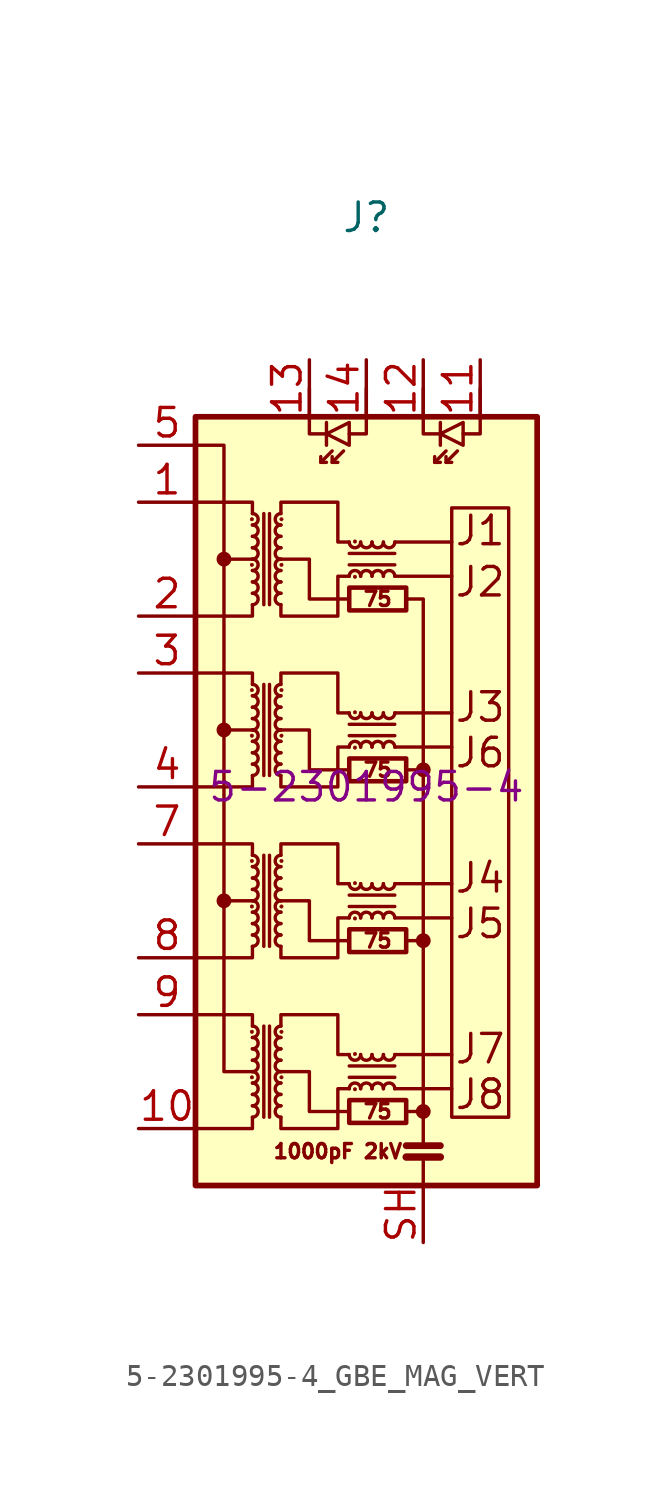
<source format=kicad_sym>
(kicad_symbol_lib
  (version 20211014)
  (generator kicad_symbol_editor)
  (symbol "5-2301995-4_GBE_MAG_VERT"
    (pin_names
      (offset 0.025) hide)
    (property "Reference" "J"
      (at 0 25.4 0)
      (effects (font (size 1.27 1.27))))
    (property "Manufacturer Part Number" "5-2301995-4"
      (at 0 0 0)
      (effects (font (size 1.27 1.27))))
    (symbol "5-2301995-4_GBE_MAG_VERT_0_0"
      (polyline (pts (xy -6.35 -5.08) (xy -5.08 -5.08)) (stroke (width 0) (type default) (color 0 0 0 0)) (fill (type none)))
      (polyline (pts (xy -6.35 10.16) (xy -5.08 10.16)) (stroke (width 0) (type default) (color 0 0 0 0)) (fill (type none)))
      (polyline (pts (xy -5.08 2.54) (xy -6.35 2.54)) (stroke (width 0) (type default) (color 0 0 0 0)) (fill (type none)))
      (polyline (pts (xy 1.27 -13.462) (xy 3.81 -13.462)) (stroke (width 0) (type default) (color 0 0 0 0)) (fill (type none)))
      (polyline (pts (xy 1.27 -11.938) (xy 3.81 -11.938)) (stroke (width 0) (type default) (color 0 0 0 0)) (fill (type none)))
      (polyline (pts (xy 1.27 -5.842) (xy 3.81 -5.842)) (stroke (width 0) (type default) (color 0 0 0 0)) (fill (type none)))
      (polyline (pts (xy 1.27 -4.318) (xy 3.81 -4.318)) (stroke (width 0) (type default) (color 0 0 0 0)) (fill (type none)))
      (polyline (pts (xy 1.27 1.778) (xy 3.81 1.778)) (stroke (width 0) (type default) (color 0 0 0 0)) (fill (type none)))
      (polyline (pts (xy 1.27 3.302) (xy 3.81 3.302)) (stroke (width 0) (type default) (color 0 0 0 0)) (fill (type none)))
      (polyline (pts (xy 1.27 9.398) (xy 3.81 9.398)) (stroke (width 0) (type default) (color 0 0 0 0)) (fill (type none)))
      (polyline (pts (xy 1.27 10.922) (xy 3.81 10.922)) (stroke (width 0) (type default) (color 0 0 0 0)) (fill (type none)))
      (polyline (pts (xy 1.778 -14.478) (xy 2.54 -14.478)) (stroke (width 0) (type default) (color 0 0 0 0)) (fill (type none)))
      (polyline (pts (xy -0.762 -14.478) (xy -2.54 -14.478) (xy -2.54 -12.7) (xy -3.81 -12.7)) (stroke (width 0) (type default) (color 0 0 0 0)) (fill (type none)))
      (polyline (pts (xy -0.762 -6.858) (xy -2.54 -6.858) (xy -2.54 -5.08) (xy -3.81 -5.08)) (stroke (width 0) (type default) (color 0 0 0 0)) (fill (type none)))
      (polyline (pts (xy -0.762 0.762) (xy -2.54 0.762) (xy -2.54 2.54) (xy -3.81 2.54)) (stroke (width 0) (type default) (color 0 0 0 0)) (fill (type none)))
      (polyline (pts (xy -0.762 8.382) (xy -2.54 8.382) (xy -2.54 10.16) (xy -3.81 10.16)) (stroke (width 0) (type default) (color 0 0 0 0)) (fill (type none)))
      (text "1000pF 2kV" (at -1.27 -16.256 0) (effects (font (size 0.635 0.635))))
      (text "75" (at 0.508 -14.478 0) (effects (font (size 0.635 0.635))))
      (text "75" (at 0.508 -6.858 0) (effects (font (size 0.635 0.635))))
      (text "75" (at 0.508 0.762 0) (effects (font (size 0.635 0.635))))
      (text "75" (at 0.508 8.382 0) (effects (font (size 0.635 0.635))))
      (text "J1" (at 5.08 11.43 0) (effects (font (size 1.27 1.27))))
      (text "J2" (at 5.08 9.144 0) (effects (font (size 1.27 1.27))))
      (text "J3" (at 5.08 3.556 0) (effects (font (size 1.27 1.27))))
      (text "J4" (at 5.08 -4.064 0) (effects (font (size 1.27 1.27))))
      (text "J5" (at 5.08 -6.096 0) (effects (font (size 1.27 1.27))))
      (text "J6" (at 5.08 1.524 0) (effects (font (size 1.27 1.27))))
      (text "J7" (at 5.08 -11.684 0) (effects (font (size 1.27 1.27))))
      (text "J8" (at 5.08 -13.716 0) (effects (font (size 1.27 1.27)))))
    (symbol "5-2301995-4_GBE_MAG_VERT_0_1"
      (rectangle (start -7.62 16.51) (end 7.62 -17.78) (stroke (width 0.254) (type default) (color 0 0 0 0)) (fill (type background)))
      (circle (center -6.35 -5.08) (radius 0.254) (stroke (width 0) (type default) (color 0 0 0 0)) (fill (type outline)))
      (circle (center -6.35 2.54) (radius 0.254) (stroke (width 0) (type default) (color 0 0 0 0)) (fill (type outline)))
      (circle (center -6.35 10.16) (radius 0.254) (stroke (width 0) (type default) (color 0 0 0 0)) (fill (type outline)))
      (circle (center -5.105 -12.954) (radius 0.076) (stroke (width 0.025) (type default) (color 0 0 0 0)) (fill (type outline)))
      (circle (center -5.105 -10.922) (radius 0.076) (stroke (width 0.025) (type default) (color 0 0 0 0)) (fill (type outline)))
      (circle (center -5.105 -5.334) (radius 0.076) (stroke (width 0.025) (type default) (color 0 0 0 0)) (fill (type outline)))
      (circle (center -5.105 -3.302) (radius 0.076) (stroke (width 0.025) (type default) (color 0 0 0 0)) (fill (type outline)))
      (circle (center -5.105 2.286) (radius 0.076) (stroke (width 0.025) (type default) (color 0 0 0 0)) (fill (type outline)))
      (circle (center -5.105 4.318) (radius 0.076) (stroke (width 0.025) (type default) (color 0 0 0 0)) (fill (type outline)))
      (circle (center -5.105 9.906) (radius 0.076) (stroke (width 0.025) (type default) (color 0 0 0 0)) (fill (type outline)))
      (circle (center -5.105 11.938) (radius 0.076) (stroke (width 0.025) (type default) (color 0 0 0 0)) (fill (type outline)))
      (arc (start -5.08 -14.732) (mid -4.826 -14.478) (end -5.08 -14.224) (stroke (width 0) (type default) (color 0 0 0 0)) (fill (type none)))
      (arc (start -5.08 -14.224) (mid -4.826 -13.97) (end -5.08 -13.716) (stroke (width 0) (type default) (color 0 0 0 0)) (fill (type none)))
      (arc (start -5.08 -13.716) (mid -4.826 -13.462) (end -5.08 -13.208) (stroke (width 0) (type default) (color 0 0 0 0)) (fill (type none)))
      (arc (start -5.08 -13.208) (mid -4.826 -12.954) (end -5.08 -12.7) (stroke (width 0) (type default) (color 0 0 0 0)) (fill (type none)))
      (arc (start -5.08 -12.7) (mid -4.826 -12.446) (end -5.08 -12.192) (stroke (width 0) (type default) (color 0 0 0 0)) (fill (type none)))
      (arc (start -5.08 -12.192) (mid -4.826 -11.938) (end -5.08 -11.684) (stroke (width 0) (type default) (color 0 0 0 0)) (fill (type none)))
      (arc (start -5.08 -11.684) (mid -4.826 -11.43) (end -5.08 -11.176) (stroke (width 0) (type default) (color 0 0 0 0)) (fill (type none)))
      (arc (start -5.08 -11.176) (mid -4.826 -10.922) (end -5.08 -10.668) (stroke (width 0) (type default) (color 0 0 0 0)) (fill (type none)))
      (arc (start -5.08 -7.112) (mid -4.826 -6.858) (end -5.08 -6.604) (stroke (width 0) (type default) (color 0 0 0 0)) (fill (type none)))
      (arc (start -5.08 -6.604) (mid -4.826 -6.35) (end -5.08 -6.096) (stroke (width 0) (type default) (color 0 0 0 0)) (fill (type none)))
      (arc (start -5.08 -6.096) (mid -4.826 -5.842) (end -5.08 -5.588) (stroke (width 0) (type default) (color 0 0 0 0)) (fill (type none)))
      (arc (start -5.08 -5.588) (mid -4.826 -5.334) (end -5.08 -5.08) (stroke (width 0) (type default) (color 0 0 0 0)) (fill (type none)))
      (arc (start -5.08 -5.08) (mid -4.826 -4.826) (end -5.08 -4.572) (stroke (width 0) (type default) (color 0 0 0 0)) (fill (type none)))
      (arc (start -5.08 -4.572) (mid -4.826 -4.318) (end -5.08 -4.064) (stroke (width 0) (type default) (color 0 0 0 0)) (fill (type none)))
      (arc (start -5.08 -4.064) (mid -4.826 -3.81) (end -5.08 -3.556) (stroke (width 0) (type default) (color 0 0 0 0)) (fill (type none)))
      (arc (start -5.08 -3.556) (mid -4.826 -3.302) (end -5.08 -3.048) (stroke (width 0) (type default) (color 0 0 0 0)) (fill (type none)))
      (arc (start -5.08 0.508) (mid -4.826 0.762) (end -5.08 1.016) (stroke (width 0) (type default) (color 0 0 0 0)) (fill (type none)))
      (arc (start -5.08 1.016) (mid -4.826 1.27) (end -5.08 1.524) (stroke (width 0) (type default) (color 0 0 0 0)) (fill (type none)))
      (arc (start -5.08 1.524) (mid -4.826 1.778) (end -5.08 2.032) (stroke (width 0) (type default) (color 0 0 0 0)) (fill (type none)))
      (arc (start -5.08 2.032) (mid -4.826 2.286) (end -5.08 2.54) (stroke (width 0) (type default) (color 0 0 0 0)) (fill (type none)))
      (arc (start -5.08 2.54) (mid -4.826 2.794) (end -5.08 3.048) (stroke (width 0) (type default) (color 0 0 0 0)) (fill (type none)))
      (arc (start -5.08 3.048) (mid -4.826 3.302) (end -5.08 3.556) (stroke (width 0) (type default) (color 0 0 0 0)) (fill (type none)))
      (arc (start -5.08 3.556) (mid -4.826 3.81) (end -5.08 4.064) (stroke (width 0) (type default) (color 0 0 0 0)) (fill (type none)))
      (arc (start -5.08 4.064) (mid -4.826 4.318) (end -5.08 4.572) (stroke (width 0) (type default) (color 0 0 0 0)) (fill (type none)))
      (arc (start -5.08 8.128) (mid -4.826 8.382) (end -5.08 8.636) (stroke (width 0) (type default) (color 0 0 0 0)) (fill (type none)))
      (arc (start -5.08 8.636) (mid -4.826 8.89) (end -5.08 9.144) (stroke (width 0) (type default) (color 0 0 0 0)) (fill (type none)))
      (arc (start -5.08 9.144) (mid -4.826 9.398) (end -5.08 9.652) (stroke (width 0) (type default) (color 0 0 0 0)) (fill (type none)))
      (arc (start -5.08 9.652) (mid -4.826 9.906) (end -5.08 10.16) (stroke (width 0) (type default) (color 0 0 0 0)) (fill (type none)))
      (arc (start -5.08 10.16) (mid -4.826 10.414) (end -5.08 10.668) (stroke (width 0) (type default) (color 0 0 0 0)) (fill (type none)))
      (arc (start -5.08 10.668) (mid -4.826 10.922) (end -5.08 11.176) (stroke (width 0) (type default) (color 0 0 0 0)) (fill (type none)))
      (arc (start -5.08 11.176) (mid -4.826 11.43) (end -5.08 11.684) (stroke (width 0) (type default) (color 0 0 0 0)) (fill (type none)))
      (arc (start -5.08 11.684) (mid -4.826 11.938) (end -5.08 12.192) (stroke (width 0) (type default) (color 0 0 0 0)) (fill (type none)))
      (arc (start -3.81 -14.224) (mid -4.064 -14.478) (end -3.81 -14.732) (stroke (width 0) (type default) (color 0 0 0 0)) (fill (type none)))
      (arc (start -3.81 -13.716) (mid -4.064 -13.97) (end -3.81 -14.224) (stroke (width 0) (type default) (color 0 0 0 0)) (fill (type none)))
      (arc (start -3.81 -13.208) (mid -4.064 -13.462) (end -3.81 -13.716) (stroke (width 0) (type default) (color 0 0 0 0)) (fill (type none)))
      (arc (start -3.81 -12.7) (mid -4.064 -12.954) (end -3.81 -13.208) (stroke (width 0) (type default) (color 0 0 0 0)) (fill (type none)))
      (arc (start -3.81 -12.192) (mid -4.064 -12.446) (end -3.81 -12.7) (stroke (width 0) (type default) (color 0 0 0 0)) (fill (type none)))
      (arc (start -3.81 -11.684) (mid -4.064 -11.938) (end -3.81 -12.192) (stroke (width 0) (type default) (color 0 0 0 0)) (fill (type none)))
      (arc (start -3.81 -11.176) (mid -4.064 -11.43) (end -3.81 -11.684) (stroke (width 0) (type default) (color 0 0 0 0)) (fill (type none)))
      (arc (start -3.81 -10.668) (mid -4.064 -10.922) (end -3.81 -11.176) (stroke (width 0) (type default) (color 0 0 0 0)) (fill (type none)))
      (arc (start -3.81 -6.604) (mid -4.064 -6.858) (end -3.81 -7.112) (stroke (width 0) (type default) (color 0 0 0 0)) (fill (type none)))
      (arc (start -3.81 -6.096) (mid -4.064 -6.35) (end -3.81 -6.604) (stroke (width 0) (type default) (color 0 0 0 0)) (fill (type none)))
      (arc (start -3.81 -5.588) (mid -4.064 -5.842) (end -3.81 -6.096) (stroke (width 0) (type default) (color 0 0 0 0)) (fill (type none)))
      (arc (start -3.81 -5.08) (mid -4.064 -5.334) (end -3.81 -5.588) (stroke (width 0) (type default) (color 0 0 0 0)) (fill (type none)))
      (arc (start -3.81 -4.572) (mid -4.064 -4.826) (end -3.81 -5.08) (stroke (width 0) (type default) (color 0 0 0 0)) (fill (type none)))
      (arc (start -3.81 -4.064) (mid -4.064 -4.318) (end -3.81 -4.572) (stroke (width 0) (type default) (color 0 0 0 0)) (fill (type none)))
      (arc (start -3.81 -3.556) (mid -4.064 -3.81) (end -3.81 -4.064) (stroke (width 0) (type default) (color 0 0 0 0)) (fill (type none)))
      (arc (start -3.81 -3.048) (mid -4.064 -3.302) (end -3.81 -3.556) (stroke (width 0) (type default) (color 0 0 0 0)) (fill (type none)))
      (arc (start -3.81 1.016) (mid -4.064 0.762) (end -3.81 0.508) (stroke (width 0) (type default) (color 0 0 0 0)) (fill (type none)))
      (arc (start -3.81 1.524) (mid -4.064 1.27) (end -3.81 1.016) (stroke (width 0) (type default) (color 0 0 0 0)) (fill (type none)))
      (arc (start -3.81 2.032) (mid -4.064 1.778) (end -3.81 1.524) (stroke (width 0) (type default) (color 0 0 0 0)) (fill (type none)))
      (arc (start -3.81 2.54) (mid -4.064 2.286) (end -3.81 2.032) (stroke (width 0) (type default) (color 0 0 0 0)) (fill (type none)))
      (arc (start -3.81 3.048) (mid -4.064 2.794) (end -3.81 2.54) (stroke (width 0) (type default) (color 0 0 0 0)) (fill (type none)))
      (arc (start -3.81 3.556) (mid -4.064 3.302) (end -3.81 3.048) (stroke (width 0) (type default) (color 0 0 0 0)) (fill (type none)))
      (arc (start -3.81 4.064) (mid -4.064 3.81) (end -3.81 3.556) (stroke (width 0) (type default) (color 0 0 0 0)) (fill (type none)))
      (arc (start -3.81 4.572) (mid -4.064 4.318) (end -3.81 4.064) (stroke (width 0) (type default) (color 0 0 0 0)) (fill (type none)))
      (arc (start -3.81 8.636) (mid -4.064 8.382) (end -3.81 8.128) (stroke (width 0) (type default) (color 0 0 0 0)) (fill (type none)))
      (arc (start -3.81 9.144) (mid -4.064 8.89) (end -3.81 8.636) (stroke (width 0) (type default) (color 0 0 0 0)) (fill (type none)))
      (arc (start -3.81 9.652) (mid -4.064 9.398) (end -3.81 9.144) (stroke (width 0) (type default) (color 0 0 0 0)) (fill (type none)))
      (arc (start -3.81 10.16) (mid -4.064 9.906) (end -3.81 9.652) (stroke (width 0) (type default) (color 0 0 0 0)) (fill (type none)))
      (arc (start -3.81 10.668) (mid -4.064 10.414) (end -3.81 10.16) (stroke (width 0) (type default) (color 0 0 0 0)) (fill (type none)))
      (arc (start -3.81 11.176) (mid -4.064 10.922) (end -3.81 10.668) (stroke (width 0) (type default) (color 0 0 0 0)) (fill (type none)))
      (arc (start -3.81 11.684) (mid -4.064 11.43) (end -3.81 11.176) (stroke (width 0) (type default) (color 0 0 0 0)) (fill (type none)))
      (arc (start -3.81 12.192) (mid -4.064 11.938) (end -3.81 11.684) (stroke (width 0) (type default) (color 0 0 0 0)) (fill (type none)))
      (circle (center -3.785 -12.954) (radius 0.076) (stroke (width 0.025) (type default) (color 0 0 0 0)) (fill (type outline)))
      (circle (center -3.785 -10.922) (radius 0.076) (stroke (width 0.025) (type default) (color 0 0 0 0)) (fill (type outline)))
      (circle (center -3.785 -5.334) (radius 0.076) (stroke (width 0.025) (type default) (color 0 0 0 0)) (fill (type outline)))
      (circle (center -3.785 -3.302) (radius 0.076) (stroke (width 0.025) (type default) (color 0 0 0 0)) (fill (type outline)))
      (circle (center -3.785 2.286) (radius 0.076) (stroke (width 0.025) (type default) (color 0 0 0 0)) (fill (type outline)))
      (circle (center -3.785 4.318) (radius 0.076) (stroke (width 0.025) (type default) (color 0 0 0 0)) (fill (type outline)))
      (circle (center -3.785 9.906) (radius 0.076) (stroke (width 0.025) (type default) (color 0 0 0 0)) (fill (type outline)))
      (circle (center -3.785 11.938) (radius 0.076) (stroke (width 0.025) (type default) (color 0 0 0 0)) (fill (type outline)))
      (arc (start -0.762 -11.938) (mid -0.508 -12.192) (end -0.254 -11.938) (stroke (width 0) (type default) (color 0 0 0 0)) (fill (type none)))
      (arc (start -0.762 -4.318) (mid -0.508 -4.572) (end -0.254 -4.318) (stroke (width 0) (type default) (color 0 0 0 0)) (fill (type none)))
      (arc (start -0.762 3.302) (mid -0.508 3.048) (end -0.254 3.302) (stroke (width 0) (type default) (color 0 0 0 0)) (fill (type none)))
      (arc (start -0.762 10.922) (mid -0.508 10.668) (end -0.254 10.922) (stroke (width 0) (type default) (color 0 0 0 0)) (fill (type none)))
      (circle (center -0.508 -13.487) (radius 0.076) (stroke (width 0.025) (type default) (color 0 0 0 0)) (fill (type outline)))
      (circle (center -0.508 -11.913) (radius 0.076) (stroke (width 0.025) (type default) (color 0 0 0 0)) (fill (type outline)))
      (circle (center -0.508 -5.867) (radius 0.076) (stroke (width 0.025) (type default) (color 0 0 0 0)) (fill (type outline)))
      (circle (center -0.508 -4.293) (radius 0.076) (stroke (width 0.025) (type default) (color 0 0 0 0)) (fill (type outline)))
      (circle (center -0.508 1.753) (radius 0.076) (stroke (width 0.025) (type default) (color 0 0 0 0)) (fill (type outline)))
      (circle (center -0.508 3.327) (radius 0.076) (stroke (width 0.025) (type default) (color 0 0 0 0)) (fill (type outline)))
      (circle (center -0.508 9.373) (radius 0.076) (stroke (width 0.025) (type default) (color 0 0 0 0)) (fill (type outline)))
      (circle (center -0.508 10.947) (radius 0.076) (stroke (width 0.025) (type default) (color 0 0 0 0)) (fill (type outline)))
      (arc (start -0.254 -13.462) (mid -0.508 -13.208) (end -0.762 -13.462) (stroke (width 0) (type default) (color 0 0 0 0)) (fill (type none)))
      (arc (start -0.254 -11.938) (mid 0 -12.192) (end 0.254 -11.938) (stroke (width 0) (type default) (color 0 0 0 0)) (fill (type none)))
      (arc (start -0.254 -5.842) (mid -0.508 -5.588) (end -0.762 -5.842) (stroke (width 0) (type default) (color 0 0 0 0)) (fill (type none)))
      (arc (start -0.254 -4.318) (mid 0 -4.572) (end 0.254 -4.318) (stroke (width 0) (type default) (color 0 0 0 0)) (fill (type none)))
      (arc (start -0.254 1.778) (mid -0.508 2.032) (end -0.762 1.778) (stroke (width 0) (type default) (color 0 0 0 0)) (fill (type none)))
      (arc (start -0.254 3.302) (mid 0 3.048) (end 0.254 3.302) (stroke (width 0) (type default) (color 0 0 0 0)) (fill (type none)))
      (arc (start -0.254 9.398) (mid -0.508 9.652) (end -0.762 9.398) (stroke (width 0) (type default) (color 0 0 0 0)) (fill (type none)))
      (arc (start -0.254 10.922) (mid 0 10.668) (end 0.254 10.922) (stroke (width 0) (type default) (color 0 0 0 0)) (fill (type none)))
      (polyline (pts (xy -4.572 -14.732) (xy -4.572 -10.668)) (stroke (width 0) (type default) (color 0 0 0 0)) (fill (type none)))
      (polyline (pts (xy -4.572 -7.112) (xy -4.572 -3.048)) (stroke (width 0) (type default) (color 0 0 0 0)) (fill (type none)))
      (polyline (pts (xy -4.572 0.508) (xy -4.572 4.572)) (stroke (width 0) (type default) (color 0 0 0 0)) (fill (type none)))
      (polyline (pts (xy -4.572 8.128) (xy -4.572 12.192)) (stroke (width 0) (type default) (color 0 0 0 0)) (fill (type none)))
      (polyline (pts (xy -4.318 -10.668) (xy -4.318 -14.732)) (stroke (width 0) (type default) (color 0 0 0 0)) (fill (type none)))
      (polyline (pts (xy -4.318 -3.048) (xy -4.318 -7.112)) (stroke (width 0) (type default) (color 0 0 0 0)) (fill (type none)))
      (polyline (pts (xy -4.318 4.572) (xy -4.318 0.508)) (stroke (width 0) (type default) (color 0 0 0 0)) (fill (type none)))
      (polyline (pts (xy -4.318 12.192) (xy -4.318 8.128)) (stroke (width 0) (type default) (color 0 0 0 0)) (fill (type none)))
      (polyline (pts (xy -2.032 14.478) (xy -1.524 14.986)) (stroke (width 0) (type default) (color 0 0 0 0)) (fill (type none)))
      (polyline (pts (xy -1.778 16.256) (xy -1.778 15.24)) (stroke (width 0) (type default) (color 0 0 0 0)) (fill (type none)))
      (polyline (pts (xy -1.524 14.478) (xy -1.016 14.986)) (stroke (width 0) (type default) (color 0 0 0 0)) (fill (type none)))
      (polyline (pts (xy -0.762 -12.446) (xy 1.27 -12.446)) (stroke (width 0) (type default) (color 0 0 0 0)) (fill (type none)))
      (polyline (pts (xy -0.762 -4.826) (xy 1.27 -4.826)) (stroke (width 0) (type default) (color 0 0 0 0)) (fill (type none)))
      (polyline (pts (xy -0.762 2.794) (xy 1.27 2.794)) (stroke (width 0) (type default) (color 0 0 0 0)) (fill (type none)))
      (polyline (pts (xy -0.762 10.414) (xy 1.27 10.414)) (stroke (width 0) (type default) (color 0 0 0 0)) (fill (type none)))
      (polyline (pts (xy 1.27 -12.954) (xy -0.762 -12.954)) (stroke (width 0) (type default) (color 0 0 0 0)) (fill (type none)))
      (polyline (pts (xy 1.27 -5.334) (xy -0.762 -5.334)) (stroke (width 0) (type default) (color 0 0 0 0)) (fill (type none)))
      (polyline (pts (xy 1.27 2.286) (xy -0.762 2.286)) (stroke (width 0) (type default) (color 0 0 0 0)) (fill (type none)))
      (polyline (pts (xy 1.27 9.906) (xy -0.762 9.906)) (stroke (width 0) (type default) (color 0 0 0 0)) (fill (type none)))
      (polyline (pts (xy 1.778 -6.858) (xy 2.54 -6.858)) (stroke (width 0) (type default) (color 0 0 0 0)) (fill (type none)))
      (polyline (pts (xy 2.54 -17.78) (xy 2.54 -16.51)) (stroke (width 0) (type default) (color 0 0 0 0)) (fill (type none)))
      (polyline (pts (xy 2.54 0.762) (xy 1.778 0.762)) (stroke (width 0) (type default) (color 0 0 0 0)) (fill (type none)))
      (polyline (pts (xy 3.048 14.478) (xy 3.556 14.986)) (stroke (width 0) (type default) (color 0 0 0 0)) (fill (type none)))
      (polyline (pts (xy 3.302 -16.51) (xy 1.778 -16.51)) (stroke (width 0.33) (type default) (color 0 0 0 0)) (fill (type none)))
      (polyline (pts (xy 3.302 -16.002) (xy 1.778 -16.002)) (stroke (width 0.305) (type default) (color 0 0 0 0)) (fill (type none)))
      (polyline (pts (xy 3.302 16.256) (xy 3.302 15.24)) (stroke (width 0) (type default) (color 0 0 0 0)) (fill (type none)))
      (polyline (pts (xy 3.556 14.478) (xy 4.064 14.986)) (stroke (width 0) (type default) (color 0 0 0 0)) (fill (type none)))
      (polyline (pts (xy -5.08 -14.732) (xy -5.08 -15.24) (xy -7.62 -15.24)) (stroke (width 0) (type default) (color 0 0 0 0)) (fill (type none)))
      (polyline (pts (xy -5.08 -10.668) (xy -5.08 -10.16) (xy -7.62 -10.16)) (stroke (width 0) (type default) (color 0 0 0 0)) (fill (type none)))
      (polyline (pts (xy -5.08 -7.112) (xy -5.08 -7.62) (xy -7.62 -7.62)) (stroke (width 0) (type default) (color 0 0 0 0)) (fill (type none)))
      (polyline (pts (xy -5.08 -3.048) (xy -5.08 -2.54) (xy -7.62 -2.54)) (stroke (width 0) (type default) (color 0 0 0 0)) (fill (type none)))
      (polyline (pts (xy -5.08 0.508) (xy -5.08 0) (xy -7.62 0)) (stroke (width 0) (type default) (color 0 0 0 0)) (fill (type none)))
      (polyline (pts (xy -5.08 4.572) (xy -5.08 5.08) (xy -7.62 5.08)) (stroke (width 0) (type default) (color 0 0 0 0)) (fill (type none)))
      (polyline (pts (xy -5.08 8.128) (xy -5.08 7.62) (xy -7.62 7.62)) (stroke (width 0) (type default) (color 0 0 0 0)) (fill (type none)))
      (polyline (pts (xy -5.08 12.192) (xy -5.08 12.7) (xy -7.62 12.7)) (stroke (width 0) (type default) (color 0 0 0 0)) (fill (type none)))
      (polyline (pts (xy -2.032 14.732) (xy -2.032 14.478) (xy -1.778 14.478)) (stroke (width 0) (type default) (color 0 0 0 0)) (fill (type none)))
      (polyline (pts (xy -1.524 14.732) (xy -1.524 14.478) (xy -1.27 14.478)) (stroke (width 0) (type default) (color 0 0 0 0)) (fill (type none)))
      (polyline (pts (xy 2.54 -16.002) (xy 2.54 8.382) (xy 1.778 8.382)) (stroke (width 0) (type default) (color 0 0 0 0)) (fill (type none)))
      (polyline (pts (xy 3.048 14.732) (xy 3.048 14.478) (xy 3.302 14.478)) (stroke (width 0) (type default) (color 0 0 0 0)) (fill (type none)))
      (polyline (pts (xy 3.556 14.732) (xy 3.556 14.478) (xy 3.81 14.478)) (stroke (width 0) (type default) (color 0 0 0 0)) (fill (type none)))
      (polyline (pts (xy -7.62 15.24) (xy -6.35 15.24) (xy -6.35 -12.7) (xy -5.08 -12.7)) (stroke (width 0) (type default) (color 0 0 0 0)) (fill (type none)))
      (polyline (pts (xy -2.54 17.78) (xy -2.54 16.51) (xy -2.54 15.748) (xy -1.778 15.748)) (stroke (width 0) (type default) (color 0 0 0 0)) (fill (type none)))
      (polyline (pts (xy -1.778 15.748) (xy -0.762 16.256) (xy -0.762 15.24) (xy -1.778 15.748)) (stroke (width 0) (type default) (color 0 0 0 0)) (fill (type none)))
      (polyline (pts (xy 0 17.78) (xy 0 16.51) (xy 0 15.748) (xy -0.762 15.748)) (stroke (width 0) (type default) (color 0 0 0 0)) (fill (type none)))
      (polyline (pts (xy 2.54 17.78) (xy 2.54 16.51) (xy 2.54 15.748) (xy 3.302 15.748)) (stroke (width 0) (type default) (color 0 0 0 0)) (fill (type none)))
      (polyline (pts (xy 3.302 15.748) (xy 4.318 16.256) (xy 4.318 15.24) (xy 3.302 15.748)) (stroke (width 0) (type default) (color 0 0 0 0)) (fill (type none)))
      (polyline (pts (xy 5.08 17.78) (xy 5.08 16.51) (xy 5.08 15.748) (xy 4.318 15.748)) (stroke (width 0) (type default) (color 0 0 0 0)) (fill (type none)))
      (polyline (pts (xy -3.81 -14.732) (xy -3.81 -15.24) (xy -1.27 -15.24) (xy -1.27 -13.462) (xy -0.762 -13.462)) (stroke (width 0) (type default) (color 0 0 0 0)) (fill (type none)))
      (polyline (pts (xy -3.81 -7.112) (xy -3.81 -7.62) (xy -1.27 -7.62) (xy -1.27 -5.842) (xy -0.762 -5.842)) (stroke (width 0) (type default) (color 0 0 0 0)) (fill (type none)))
      (polyline (pts (xy -3.81 0.508) (xy -3.81 0) (xy -1.27 0) (xy -1.27 1.778) (xy -0.762 1.778)) (stroke (width 0) (type default) (color 0 0 0 0)) (fill (type none)))
      (polyline (pts (xy -3.81 8.128) (xy -3.81 7.62) (xy -1.27 7.62) (xy -1.27 9.398) (xy -0.762 9.398)) (stroke (width 0) (type default) (color 0 0 0 0)) (fill (type none)))
      (polyline (pts (xy -0.762 -11.938) (xy -1.27 -11.938) (xy -1.27 -10.16) (xy -3.81 -10.16) (xy -3.81 -10.668)) (stroke (width 0) (type default) (color 0 0 0 0)) (fill (type none)))
      (polyline (pts (xy -0.762 -4.318) (xy -1.27 -4.318) (xy -1.27 -2.54) (xy -3.81 -2.54) (xy -3.81 -3.048)) (stroke (width 0) (type default) (color 0 0 0 0)) (fill (type none)))
      (polyline (pts (xy -0.762 3.302) (xy -1.27 3.302) (xy -1.27 5.08) (xy -3.81 5.08) (xy -3.81 4.572)) (stroke (width 0) (type default) (color 0 0 0 0)) (fill (type none)))
      (polyline (pts (xy -0.762 10.922) (xy -1.27 10.922) (xy -1.27 12.7) (xy -3.81 12.7) (xy -3.81 12.192)) (stroke (width 0) (type default) (color 0 0 0 0)) (fill (type none)))
      (arc (start 0.254 -13.462) (mid 0 -13.208) (end -0.254 -13.462) (stroke (width 0) (type default) (color 0 0 0 0)) (fill (type none)))
      (arc (start 0.254 -11.938) (mid 0.508 -12.192) (end 0.762 -11.938) (stroke (width 0) (type default) (color 0 0 0 0)) (fill (type none)))
      (arc (start 0.254 -5.842) (mid 0 -5.588) (end -0.254 -5.842) (stroke (width 0) (type default) (color 0 0 0 0)) (fill (type none)))
      (arc (start 0.254 -4.318) (mid 0.508 -4.572) (end 0.762 -4.318) (stroke (width 0) (type default) (color 0 0 0 0)) (fill (type none)))
      (arc (start 0.254 1.778) (mid 0 2.032) (end -0.254 1.778) (stroke (width 0) (type default) (color 0 0 0 0)) (fill (type none)))
      (arc (start 0.254 3.302) (mid 0.508 3.048) (end 0.762 3.302) (stroke (width 0) (type default) (color 0 0 0 0)) (fill (type none)))
      (arc (start 0.254 9.398) (mid 0 9.652) (end -0.254 9.398) (stroke (width 0) (type default) (color 0 0 0 0)) (fill (type none)))
      (arc (start 0.254 10.922) (mid 0.508 10.668) (end 0.762 10.922) (stroke (width 0) (type default) (color 0 0 0 0)) (fill (type none)))
      (arc (start 0.762 -13.462) (mid 0.508 -13.208) (end 0.254 -13.462) (stroke (width 0) (type default) (color 0 0 0 0)) (fill (type none)))
      (arc (start 0.762 -11.938) (mid 1.016 -12.192) (end 1.27 -11.938) (stroke (width 0) (type default) (color 0 0 0 0)) (fill (type none)))
      (arc (start 0.762 -5.842) (mid 0.508 -5.588) (end 0.254 -5.842) (stroke (width 0) (type default) (color 0 0 0 0)) (fill (type none)))
      (arc (start 0.762 -4.318) (mid 1.016 -4.572) (end 1.27 -4.318) (stroke (width 0) (type default) (color 0 0 0 0)) (fill (type none)))
      (arc (start 0.762 1.778) (mid 0.508 2.032) (end 0.254 1.778) (stroke (width 0) (type default) (color 0 0 0 0)) (fill (type none)))
      (arc (start 0.762 3.302) (mid 1.016 3.048) (end 1.27 3.302) (stroke (width 0) (type default) (color 0 0 0 0)) (fill (type none)))
      (arc (start 0.762 9.398) (mid 0.508 9.652) (end 0.254 9.398) (stroke (width 0) (type default) (color 0 0 0 0)) (fill (type none)))
      (arc (start 0.762 10.922) (mid 1.016 10.668) (end 1.27 10.922) (stroke (width 0) (type default) (color 0 0 0 0)) (fill (type none)))
      (arc (start 1.27 -13.462) (mid 1.016 -13.208) (end 0.762 -13.462) (stroke (width 0) (type default) (color 0 0 0 0)) (fill (type none)))
      (arc (start 1.27 -5.842) (mid 1.016 -5.588) (end 0.762 -5.842) (stroke (width 0) (type default) (color 0 0 0 0)) (fill (type none)))
      (arc (start 1.27 1.778) (mid 1.016 2.032) (end 0.762 1.778) (stroke (width 0) (type default) (color 0 0 0 0)) (fill (type none)))
      (arc (start 1.27 9.398) (mid 1.016 9.652) (end 0.762 9.398) (stroke (width 0) (type default) (color 0 0 0 0)) (fill (type none)))
      (rectangle (start 1.778 -14.986) (end -0.762 -13.97) (stroke (width 0.203) (type default) (color 0 0 0 0)) (fill (type none)))
      (rectangle (start 1.778 -7.366) (end -0.762 -6.35) (stroke (width 0.203) (type default) (color 0 0 0 0)) (fill (type none)))
      (rectangle (start 1.778 0.254) (end -0.762 1.27) (stroke (width 0.203) (type default) (color 0 0 0 0)) (fill (type none)))
      (rectangle (start 1.778 7.874) (end -0.762 8.89) (stroke (width 0.203) (type default) (color 0 0 0 0)) (fill (type none)))
      (circle (center 2.54 -14.478) (radius 0.254) (stroke (width 0) (type default) (color 0 0 0 0)) (fill (type outline)))
      (circle (center 2.54 -6.858) (radius 0.254) (stroke (width 0) (type default) (color 0 0 0 0)) (fill (type outline)))
      (circle (center 2.54 0.762) (radius 0.254) (stroke (width 0) (type default) (color 0 0 0 0)) (fill (type outline)))
      (rectangle (start 3.81 -14.732) (end 6.35 12.446) (stroke (width 0) (type default) (color 0 0 0 0)) (fill (type none)))
      (pin power_in line (at 2.54 -20.32 90) (length 2.54) (name "~" (effects (font (size 1.27 1.27)))) (number "SH" (effects (font (size 1.27 1.27))))))
    (symbol "5-2301995-4_GBE_MAG_VERT_1_1"
      (pin passive line (at -10.16 12.7 0) (length 2.54) (name "~" (effects (font (size 1.27 1.27)))) (number "1" (effects (font (size 1.27 1.27)))))
      (pin passive line (at -10.16 -15.24 0) (length 2.54) (name "~" (effects (font (size 1.27 1.27)))) (number "10" (effects (font (size 1.27 1.27)))))
      (pin passive line (at 5.08 19.05 270) (length 2.54) (name "~" (effects (font (size 1.27 1.27)))) (number "11" (effects (font (size 1.27 1.27)))))
      (pin passive line (at 2.54 19.05 270) (length 2.54) (name "~" (effects (font (size 1.27 1.27)))) (number "12" (effects (font (size 1.27 1.27)))))
      (pin passive line (at -2.54 19.05 270) (length 2.54) (name "~" (effects (font (size 1.27 1.27)))) (number "13" (effects (font (size 1.27 1.27)))))
      (pin passive line (at 0 19.05 270) (length 2.54) (name "~" (effects (font (size 1.27 1.27)))) (number "14" (effects (font (size 1.27 1.27)))))
      (pin passive line (at -10.16 7.62 0) (length 2.54) (name "~" (effects (font (size 1.27 1.27)))) (number "2" (effects (font (size 1.27 1.27)))))
      (pin passive line (at -10.16 5.08 0) (length 2.54) (name "~" (effects (font (size 1.27 1.27)))) (number "3" (effects (font (size 1.27 1.27)))))
      (pin passive line (at -10.16 0 0) (length 2.54) (name "~" (effects (font (size 1.27 1.27)))) (number "4" (effects (font (size 1.27 1.27)))))
      (pin passive line (at -10.16 15.24 0) (length 2.54) (name "~" (effects (font (size 1.27 1.27)))) (number "5" (effects (font (size 1.27 1.27)))))
      (pin passive line (at -10.16 15.24 0) (length 2.54) hide (name "~" (effects (font (size 1.27 1.27)))) (number "6" (effects (font (size 1.27 1.27)))))
      (pin passive line (at -10.16 -2.54 0) (length 2.54) (name "~" (effects (font (size 1.27 1.27)))) (number "7" (effects (font (size 1.27 1.27)))))
      (pin passive line (at -10.16 -7.62 0) (length 2.54) (name "~" (effects (font (size 1.27 1.27)))) (number "8" (effects (font (size 1.27 1.27)))))
      (pin passive line (at -10.16 -10.16 0) (length 2.54) (name "~" (effects (font (size 1.27 1.27)))) (number "9" (effects (font (size 1.27 1.27))))))))
</source>
